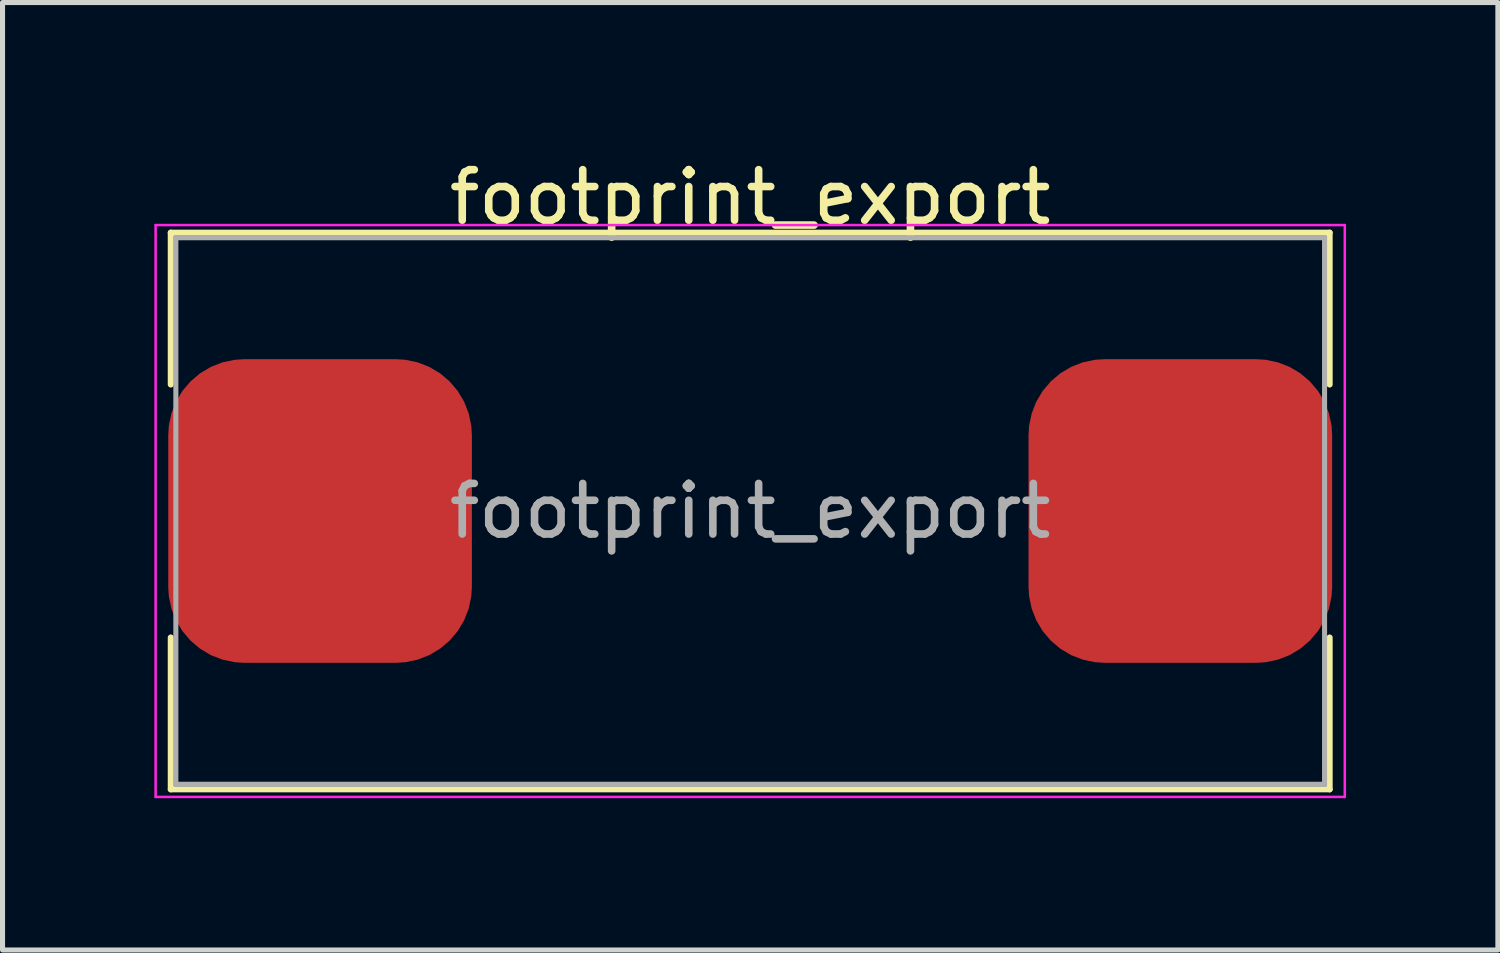
<source format=kicad_pcb>
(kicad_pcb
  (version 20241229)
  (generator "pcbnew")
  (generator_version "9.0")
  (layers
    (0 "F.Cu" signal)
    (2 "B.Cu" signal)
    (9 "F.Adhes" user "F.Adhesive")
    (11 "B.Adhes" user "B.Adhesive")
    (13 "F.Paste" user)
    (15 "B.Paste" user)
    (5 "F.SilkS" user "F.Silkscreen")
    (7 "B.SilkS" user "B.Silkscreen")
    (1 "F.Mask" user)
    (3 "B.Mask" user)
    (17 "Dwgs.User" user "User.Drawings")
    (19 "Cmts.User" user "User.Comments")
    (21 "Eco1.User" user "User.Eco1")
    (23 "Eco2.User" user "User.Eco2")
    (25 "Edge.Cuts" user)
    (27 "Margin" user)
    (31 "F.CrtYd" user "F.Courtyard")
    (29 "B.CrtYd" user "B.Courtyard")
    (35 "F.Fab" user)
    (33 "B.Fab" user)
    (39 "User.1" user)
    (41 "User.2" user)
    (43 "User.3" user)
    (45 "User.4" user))
  (footprint "footprint_export"
    (layer "F.Cu")
    (at 11.775 7.048)
    (property "Reference" "footprint_export" (at 0 -6.2 0) (layer "F.SilkS") (effects (font (size 1 1) (thickness 0.15))))
    (attr smd)
    (fp_line (start -11.45 -5.5) (end -11.45 -2.5) (stroke (width 0.12) (type solid)) (layer "F.SilkS"))
    (fp_line (start -11.45 -5.5) (end 11.45 -5.5) (stroke (width 0.12) (type solid)) (layer "F.SilkS"))
    (fp_line (start -11.45 5.5) (end -11.45 2.5) (stroke (width 0.12) (type solid)) (layer "F.SilkS"))
    (fp_line (start -11.45 5.5) (end 11.45 5.5) (stroke (width 0.12) (type solid)) (layer "F.SilkS"))
    (fp_line (start 11.45 -5.5) (end 11.45 -2.5) (stroke (width 0.12) (type solid)) (layer "F.SilkS"))
    (fp_line (start 11.45 5.5) (end 11.45 2.5) (stroke (width 0.12) (type solid)) (layer "F.SilkS"))
    (fp_line (start -11.75 -5.65) (end 11.75 -5.65) (stroke (width 0.05) (type solid)) (layer "F.CrtYd"))
    (fp_line (start -11.75 5.65) (end -11.75 -5.65) (stroke (width 0.05) (type solid)) (layer "F.CrtYd"))
    (fp_line (start 11.75 5.65) (end -11.75 5.65) (stroke (width 0.05) (type solid)) (layer "F.CrtYd"))
    (fp_line (start 11.75 5.65) (end 11.75 -5.65) (stroke (width 0.05) (type solid)) (layer "F.CrtYd"))
    (fp_line (start -11.35 -5.4) (end -11.35 5.4) (stroke (width 0.1) (type solid)) (layer "F.Fab"))
    (fp_line (start -11.35 -5.4) (end 11.35 -5.4) (stroke (width 0.1) (type solid)) (layer "F.Fab"))
    (fp_line (start 11.35 -5.4) (end 11.35 5.4) (stroke (width 0.1) (type solid)) (layer "F.Fab"))
    (fp_line (start 11.35 5.4) (end -11.35 5.4) (stroke (width 0.1) (type solid)) (layer "F.Fab"))
    (fp_text user "${REFERENCE}" (at 0 0 0) (layer "F.Fab") (effects (font (size 1 1) (thickness 0.15))))
    (pad "1" smd roundrect (at -8.5 0) (size 6 6) (layers "F.Cu" "F.Mask" "F.Paste") (roundrect_rratio 0.25))
    (pad "2" smd roundrect (at 8.5 0) (size 6 6) (layers "F.Cu" "F.Mask" "F.Paste") (roundrect_rratio 0.25)))
  (gr_rect
    (start -3 -3)
    (end 26.55 15.723)
    (stroke (width 0.1) (type default))
    (fill no)
    (layer "Edge.Cuts")))
</source>
